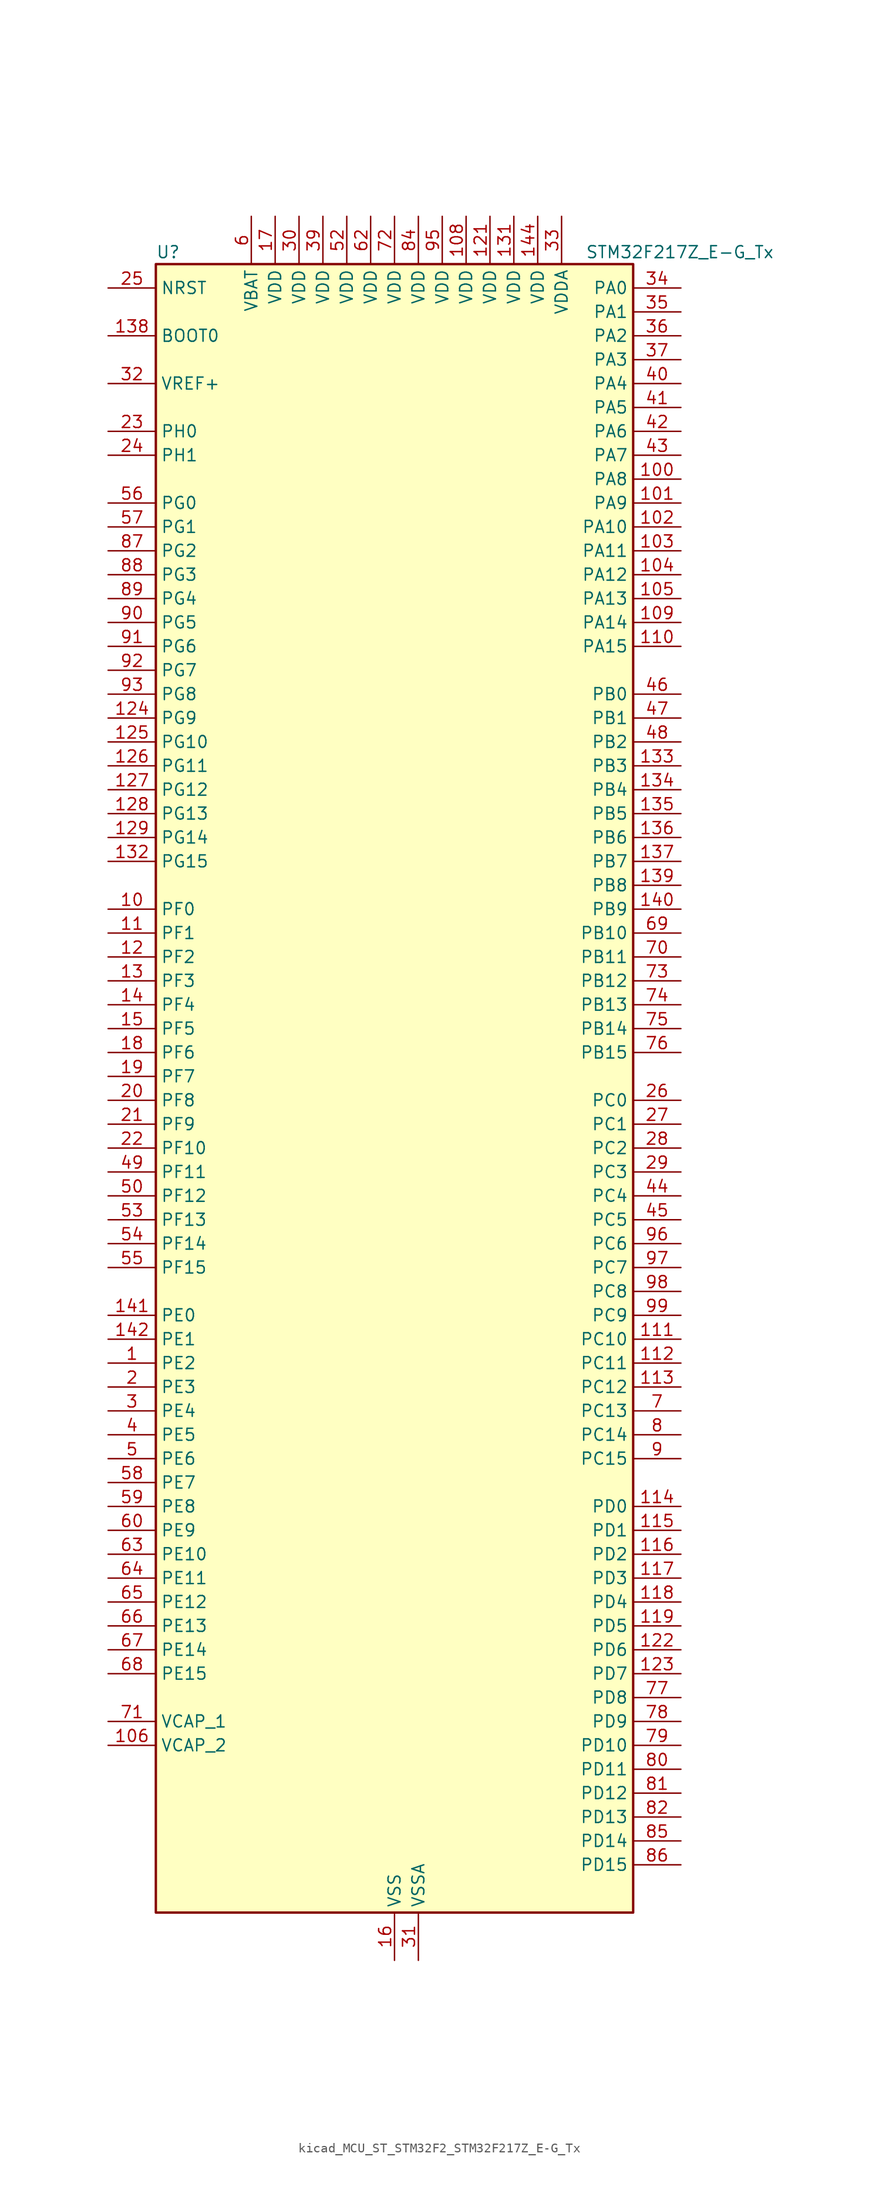
<source format=kicad_sym>
(kicad_symbol_lib
  (version 20220914)
  (generator kicad_symbol_editor)
  (symbol "kicad_MCU_ST_STM32F2_STM32F217Z_E-G_Tx"
    (property "Reference" "U"
      (at -25.4 90.17 0)
      (effects (font (size 1.27 1.27)) (justify left)))
    (property "Value" "STM32F217Z_E-G_Tx"
      (at 20.32 90.17 0)
      (effects (font (size 1.27 1.27)) (justify left)))
    (property "ki_locked" ""
      (at 0 0 0)
      (effects (font (size 1.27 1.27))))
    (symbol "kicad_MCU_ST_STM32F2_STM32F217Z_E-G_Tx_0_1"
      (rectangle (start -25.4 -86.36) (end 25.4 88.9) (stroke (width 0.254) (type default)) (fill (type background))))
    (symbol "kicad_MCU_ST_STM32F2_STM32F217Z_E-G_Tx_1_1"
      (pin bidirectional line (at -30.48 -27.94 0) (length 5.08) (name "PE2" (effects (font (size 1.27 1.27)))) (number "1" (effects (font (size 1.27 1.27)))) (alternate "ETH_TXD3" bidirectional line) (alternate "FSMC_A23" bidirectional line) (alternate "SYS_TRACECLK" bidirectional line))
      (pin bidirectional line (at -30.48 20.32 0) (length 5.08) (name "PF0" (effects (font (size 1.27 1.27)))) (number "10" (effects (font (size 1.27 1.27)))) (alternate "FSMC_A0" bidirectional line) (alternate "I2C2_SDA" bidirectional line))
      (pin bidirectional line (at 30.48 66.04 180) (length 5.08) (name "PA8" (effects (font (size 1.27 1.27)))) (number "100" (effects (font (size 1.27 1.27)))) (alternate "I2C3_SCL" bidirectional line) (alternate "RCC_MCO_1" bidirectional line) (alternate "TIM1_CH1" bidirectional line) (alternate "USART1_CK" bidirectional line) (alternate "USB_OTG_FS_SOF" bidirectional line))
      (pin bidirectional line (at 30.48 63.5 180) (length 5.08) (name "PA9" (effects (font (size 1.27 1.27)))) (number "101" (effects (font (size 1.27 1.27)))) (alternate "DAC_EXTI9" bidirectional line) (alternate "DCMI_D0" bidirectional line) (alternate "I2C3_SMBA" bidirectional line) (alternate "TIM1_CH2" bidirectional line) (alternate "USART1_TX" bidirectional line) (alternate "USB_OTG_FS_VBUS" bidirectional line))
      (pin bidirectional line (at 30.48 60.96 180) (length 5.08) (name "PA10" (effects (font (size 1.27 1.27)))) (number "102" (effects (font (size 1.27 1.27)))) (alternate "DCMI_D1" bidirectional line) (alternate "TIM1_CH3" bidirectional line) (alternate "USART1_RX" bidirectional line) (alternate "USB_OTG_FS_ID" bidirectional line))
      (pin bidirectional line (at 30.48 58.42 180) (length 5.08) (name "PA11" (effects (font (size 1.27 1.27)))) (number "103" (effects (font (size 1.27 1.27)))) (alternate "ADC1_EXTI11" bidirectional line) (alternate "ADC2_EXTI11" bidirectional line) (alternate "ADC3_EXTI11" bidirectional line) (alternate "CAN1_RX" bidirectional line) (alternate "TIM1_CH4" bidirectional line) (alternate "USART1_CTS" bidirectional line) (alternate "USB_OTG_FS_DM" bidirectional line))
      (pin bidirectional line (at 30.48 55.88 180) (length 5.08) (name "PA12" (effects (font (size 1.27 1.27)))) (number "104" (effects (font (size 1.27 1.27)))) (alternate "CAN1_TX" bidirectional line) (alternate "TIM1_ETR" bidirectional line) (alternate "USART1_RTS" bidirectional line) (alternate "USB_OTG_FS_DP" bidirectional line))
      (pin bidirectional line (at 30.48 53.34 180) (length 5.08) (name "PA13" (effects (font (size 1.27 1.27)))) (number "105" (effects (font (size 1.27 1.27)))) (alternate "SYS_JTMS-SWDIO" bidirectional line))
      (pin power_out line (at -30.48 -68.58 0) (length 5.08) (name "VCAP_2" (effects (font (size 1.27 1.27)))) (number "106" (effects (font (size 1.27 1.27)))))
      (pin passive line (at 0 -91.44 90) (length 5.08) hide (name "VSS" (effects (font (size 1.27 1.27)))) (number "107" (effects (font (size 1.27 1.27)))))
      (pin power_in line (at 7.62 93.98 270) (length 5.08) (name "VDD" (effects (font (size 1.27 1.27)))) (number "108" (effects (font (size 1.27 1.27)))))
      (pin bidirectional line (at 30.48 50.8 180) (length 5.08) (name "PA14" (effects (font (size 1.27 1.27)))) (number "109" (effects (font (size 1.27 1.27)))) (alternate "SYS_JTCK-SWCLK" bidirectional line))
      (pin bidirectional line (at -30.48 17.78 0) (length 5.08) (name "PF1" (effects (font (size 1.27 1.27)))) (number "11" (effects (font (size 1.27 1.27)))) (alternate "FSMC_A1" bidirectional line) (alternate "I2C2_SCL" bidirectional line))
      (pin bidirectional line (at 30.48 48.26 180) (length 5.08) (name "PA15" (effects (font (size 1.27 1.27)))) (number "110" (effects (font (size 1.27 1.27)))) (alternate "ADC1_EXTI15" bidirectional line) (alternate "ADC2_EXTI15" bidirectional line) (alternate "ADC3_EXTI15" bidirectional line) (alternate "I2S3_WS" bidirectional line) (alternate "SPI1_NSS" bidirectional line) (alternate "SPI3_NSS" bidirectional line) (alternate "SYS_JTDI" bidirectional line) (alternate "TIM2_CH1" bidirectional line) (alternate "TIM2_ETR" bidirectional line))
      (pin bidirectional line (at 30.48 -25.4 180) (length 5.08) (name "PC10" (effects (font (size 1.27 1.27)))) (number "111" (effects (font (size 1.27 1.27)))) (alternate "DCMI_D8" bidirectional line) (alternate "I2S3_SCK" bidirectional line) (alternate "SDIO_D2" bidirectional line) (alternate "SPI3_SCK" bidirectional line) (alternate "UART4_TX" bidirectional line) (alternate "USART3_TX" bidirectional line))
      (pin bidirectional line (at 30.48 -27.94 180) (length 5.08) (name "PC11" (effects (font (size 1.27 1.27)))) (number "112" (effects (font (size 1.27 1.27)))) (alternate "ADC1_EXTI11" bidirectional line) (alternate "ADC2_EXTI11" bidirectional line) (alternate "ADC3_EXTI11" bidirectional line) (alternate "DCMI_D4" bidirectional line) (alternate "SDIO_D3" bidirectional line) (alternate "SPI3_MISO" bidirectional line) (alternate "UART4_RX" bidirectional line) (alternate "USART3_RX" bidirectional line))
      (pin bidirectional line (at 30.48 -30.48 180) (length 5.08) (name "PC12" (effects (font (size 1.27 1.27)))) (number "113" (effects (font (size 1.27 1.27)))) (alternate "DCMI_D9" bidirectional line) (alternate "I2S3_SD" bidirectional line) (alternate "SDIO_CK" bidirectional line) (alternate "SPI3_MOSI" bidirectional line) (alternate "UART5_TX" bidirectional line) (alternate "USART3_CK" bidirectional line))
      (pin bidirectional line (at 30.48 -43.18 180) (length 5.08) (name "PD0" (effects (font (size 1.27 1.27)))) (number "114" (effects (font (size 1.27 1.27)))) (alternate "CAN1_RX" bidirectional line) (alternate "FSMC_D2" bidirectional line) (alternate "FSMC_DA2" bidirectional line))
      (pin bidirectional line (at 30.48 -45.72 180) (length 5.08) (name "PD1" (effects (font (size 1.27 1.27)))) (number "115" (effects (font (size 1.27 1.27)))) (alternate "CAN1_TX" bidirectional line) (alternate "FSMC_D3" bidirectional line) (alternate "FSMC_DA3" bidirectional line))
      (pin bidirectional line (at 30.48 -48.26 180) (length 5.08) (name "PD2" (effects (font (size 1.27 1.27)))) (number "116" (effects (font (size 1.27 1.27)))) (alternate "DCMI_D11" bidirectional line) (alternate "SDIO_CMD" bidirectional line) (alternate "TIM3_ETR" bidirectional line) (alternate "UART5_RX" bidirectional line))
      (pin bidirectional line (at 30.48 -50.8 180) (length 5.08) (name "PD3" (effects (font (size 1.27 1.27)))) (number "117" (effects (font (size 1.27 1.27)))) (alternate "FSMC_CLK" bidirectional line) (alternate "USART2_CTS" bidirectional line))
      (pin bidirectional line (at 30.48 -53.34 180) (length 5.08) (name "PD4" (effects (font (size 1.27 1.27)))) (number "118" (effects (font (size 1.27 1.27)))) (alternate "FSMC_NOE" bidirectional line) (alternate "USART2_RTS" bidirectional line))
      (pin bidirectional line (at 30.48 -55.88 180) (length 5.08) (name "PD5" (effects (font (size 1.27 1.27)))) (number "119" (effects (font (size 1.27 1.27)))) (alternate "FSMC_NWE" bidirectional line) (alternate "USART2_TX" bidirectional line))
      (pin bidirectional line (at -30.48 15.24 0) (length 5.08) (name "PF2" (effects (font (size 1.27 1.27)))) (number "12" (effects (font (size 1.27 1.27)))) (alternate "FSMC_A2" bidirectional line) (alternate "I2C2_SMBA" bidirectional line))
      (pin passive line (at 0 -91.44 90) (length 5.08) hide (name "VSS" (effects (font (size 1.27 1.27)))) (number "120" (effects (font (size 1.27 1.27)))))
      (pin power_in line (at 10.16 93.98 270) (length 5.08) (name "VDD" (effects (font (size 1.27 1.27)))) (number "121" (effects (font (size 1.27 1.27)))))
      (pin bidirectional line (at 30.48 -58.42 180) (length 5.08) (name "PD6" (effects (font (size 1.27 1.27)))) (number "122" (effects (font (size 1.27 1.27)))) (alternate "FSMC_NWAIT" bidirectional line) (alternate "USART2_RX" bidirectional line))
      (pin bidirectional line (at 30.48 -60.96 180) (length 5.08) (name "PD7" (effects (font (size 1.27 1.27)))) (number "123" (effects (font (size 1.27 1.27)))) (alternate "FSMC_NCE2" bidirectional line) (alternate "FSMC_NE1" bidirectional line) (alternate "USART2_CK" bidirectional line))
      (pin bidirectional line (at -30.48 40.64 0) (length 5.08) (name "PG9" (effects (font (size 1.27 1.27)))) (number "124" (effects (font (size 1.27 1.27)))) (alternate "DAC_EXTI9" bidirectional line) (alternate "FSMC_NCE3" bidirectional line) (alternate "FSMC_NE2" bidirectional line) (alternate "USART6_RX" bidirectional line))
      (pin bidirectional line (at -30.48 38.1 0) (length 5.08) (name "PG10" (effects (font (size 1.27 1.27)))) (number "125" (effects (font (size 1.27 1.27)))) (alternate "FSMC_NCE4_1" bidirectional line) (alternate "FSMC_NE3" bidirectional line))
      (pin bidirectional line (at -30.48 35.56 0) (length 5.08) (name "PG11" (effects (font (size 1.27 1.27)))) (number "126" (effects (font (size 1.27 1.27)))) (alternate "ADC1_EXTI11" bidirectional line) (alternate "ADC2_EXTI11" bidirectional line) (alternate "ADC3_EXTI11" bidirectional line) (alternate "ETH_TX_EN" bidirectional line) (alternate "FSMC_NCE4_2" bidirectional line))
      (pin bidirectional line (at -30.48 33.02 0) (length 5.08) (name "PG12" (effects (font (size 1.27 1.27)))) (number "127" (effects (font (size 1.27 1.27)))) (alternate "FSMC_NE4" bidirectional line) (alternate "USART6_RTS" bidirectional line))
      (pin bidirectional line (at -30.48 30.48 0) (length 5.08) (name "PG13" (effects (font (size 1.27 1.27)))) (number "128" (effects (font (size 1.27 1.27)))) (alternate "ETH_TXD0" bidirectional line) (alternate "FSMC_A24" bidirectional line) (alternate "USART6_CTS" bidirectional line))
      (pin bidirectional line (at -30.48 27.94 0) (length 5.08) (name "PG14" (effects (font (size 1.27 1.27)))) (number "129" (effects (font (size 1.27 1.27)))) (alternate "ETH_TXD1" bidirectional line) (alternate "FSMC_A25" bidirectional line) (alternate "USART6_TX" bidirectional line))
      (pin bidirectional line (at -30.48 12.7 0) (length 5.08) (name "PF3" (effects (font (size 1.27 1.27)))) (number "13" (effects (font (size 1.27 1.27)))) (alternate "ADC3_IN9" bidirectional line) (alternate "FSMC_A3" bidirectional line))
      (pin passive line (at 0 -91.44 90) (length 5.08) hide (name "VSS" (effects (font (size 1.27 1.27)))) (number "130" (effects (font (size 1.27 1.27)))))
      (pin power_in line (at 12.7 93.98 270) (length 5.08) (name "VDD" (effects (font (size 1.27 1.27)))) (number "131" (effects (font (size 1.27 1.27)))))
      (pin bidirectional line (at -30.48 25.4 0) (length 5.08) (name "PG15" (effects (font (size 1.27 1.27)))) (number "132" (effects (font (size 1.27 1.27)))) (alternate "ADC1_EXTI15" bidirectional line) (alternate "ADC2_EXTI15" bidirectional line) (alternate "ADC3_EXTI15" bidirectional line) (alternate "DCMI_D13" bidirectional line) (alternate "USART6_CTS" bidirectional line))
      (pin bidirectional line (at 30.48 35.56 180) (length 5.08) (name "PB3" (effects (font (size 1.27 1.27)))) (number "133" (effects (font (size 1.27 1.27)))) (alternate "I2S3_SCK" bidirectional line) (alternate "SPI1_SCK" bidirectional line) (alternate "SPI3_SCK" bidirectional line) (alternate "SYS_JTDO-SWO" bidirectional line) (alternate "TIM2_CH2" bidirectional line))
      (pin bidirectional line (at 30.48 33.02 180) (length 5.08) (name "PB4" (effects (font (size 1.27 1.27)))) (number "134" (effects (font (size 1.27 1.27)))) (alternate "SPI1_MISO" bidirectional line) (alternate "SPI3_MISO" bidirectional line) (alternate "SYS_JTRST" bidirectional line) (alternate "TIM3_CH1" bidirectional line))
      (pin bidirectional line (at 30.48 30.48 180) (length 5.08) (name "PB5" (effects (font (size 1.27 1.27)))) (number "135" (effects (font (size 1.27 1.27)))) (alternate "CAN2_RX" bidirectional line) (alternate "DCMI_D10" bidirectional line) (alternate "ETH_PPS_OUT" bidirectional line) (alternate "I2C1_SMBA" bidirectional line) (alternate "I2S3_SD" bidirectional line) (alternate "SPI1_MOSI" bidirectional line) (alternate "SPI3_MOSI" bidirectional line) (alternate "TIM3_CH2" bidirectional line) (alternate "USB_OTG_HS_ULPI_D7" bidirectional line))
      (pin bidirectional line (at 30.48 27.94 180) (length 5.08) (name "PB6" (effects (font (size 1.27 1.27)))) (number "136" (effects (font (size 1.27 1.27)))) (alternate "CAN2_TX" bidirectional line) (alternate "DCMI_D5" bidirectional line) (alternate "I2C1_SCL" bidirectional line) (alternate "TIM4_CH1" bidirectional line) (alternate "USART1_TX" bidirectional line))
      (pin bidirectional line (at 30.48 25.4 180) (length 5.08) (name "PB7" (effects (font (size 1.27 1.27)))) (number "137" (effects (font (size 1.27 1.27)))) (alternate "DCMI_VSYNC" bidirectional line) (alternate "FSMC_NL" bidirectional line) (alternate "I2C1_SDA" bidirectional line) (alternate "TIM4_CH2" bidirectional line) (alternate "USART1_RX" bidirectional line))
      (pin input line (at -30.48 81.28 0) (length 5.08) (name "BOOT0" (effects (font (size 1.27 1.27)))) (number "138" (effects (font (size 1.27 1.27)))))
      (pin bidirectional line (at 30.48 22.86 180) (length 5.08) (name "PB8" (effects (font (size 1.27 1.27)))) (number "139" (effects (font (size 1.27 1.27)))) (alternate "CAN1_RX" bidirectional line) (alternate "DCMI_D6" bidirectional line) (alternate "ETH_TXD3" bidirectional line) (alternate "I2C1_SCL" bidirectional line) (alternate "SDIO_D4" bidirectional line) (alternate "TIM10_CH1" bidirectional line) (alternate "TIM4_CH3" bidirectional line))
      (pin bidirectional line (at -30.48 10.16 0) (length 5.08) (name "PF4" (effects (font (size 1.27 1.27)))) (number "14" (effects (font (size 1.27 1.27)))) (alternate "ADC3_IN14" bidirectional line) (alternate "FSMC_A4" bidirectional line))
      (pin bidirectional line (at 30.48 20.32 180) (length 5.08) (name "PB9" (effects (font (size 1.27 1.27)))) (number "140" (effects (font (size 1.27 1.27)))) (alternate "CAN1_TX" bidirectional line) (alternate "DAC_EXTI9" bidirectional line) (alternate "DCMI_D7" bidirectional line) (alternate "I2C1_SDA" bidirectional line) (alternate "I2S2_WS" bidirectional line) (alternate "SDIO_D5" bidirectional line) (alternate "SPI2_NSS" bidirectional line) (alternate "TIM11_CH1" bidirectional line) (alternate "TIM4_CH4" bidirectional line))
      (pin bidirectional line (at -30.48 -22.86 0) (length 5.08) (name "PE0" (effects (font (size 1.27 1.27)))) (number "141" (effects (font (size 1.27 1.27)))) (alternate "DCMI_D2" bidirectional line) (alternate "FSMC_NBL0" bidirectional line) (alternate "TIM4_ETR" bidirectional line))
      (pin bidirectional line (at -30.48 -25.4 0) (length 5.08) (name "PE1" (effects (font (size 1.27 1.27)))) (number "142" (effects (font (size 1.27 1.27)))) (alternate "DCMI_D3" bidirectional line) (alternate "FSMC_NBL1" bidirectional line))
      (pin no_connect line (at -25.4 -86.36 0) (length 5.08) hide (name "RFU" (effects (font (size 1.27 1.27)))) (number "143" (effects (font (size 1.27 1.27)))))
      (pin power_in line (at 15.24 93.98 270) (length 5.08) (name "VDD" (effects (font (size 1.27 1.27)))) (number "144" (effects (font (size 1.27 1.27)))))
      (pin bidirectional line (at -30.48 7.62 0) (length 5.08) (name "PF5" (effects (font (size 1.27 1.27)))) (number "15" (effects (font (size 1.27 1.27)))) (alternate "ADC3_IN15" bidirectional line) (alternate "FSMC_A5" bidirectional line))
      (pin power_in line (at 0 -91.44 90) (length 5.08) (name "VSS" (effects (font (size 1.27 1.27)))) (number "16" (effects (font (size 1.27 1.27)))))
      (pin power_in line (at -12.7 93.98 270) (length 5.08) (name "VDD" (effects (font (size 1.27 1.27)))) (number "17" (effects (font (size 1.27 1.27)))))
      (pin bidirectional line (at -30.48 5.08 0) (length 5.08) (name "PF6" (effects (font (size 1.27 1.27)))) (number "18" (effects (font (size 1.27 1.27)))) (alternate "ADC3_IN4" bidirectional line) (alternate "FSMC_NIORD" bidirectional line) (alternate "TIM10_CH1" bidirectional line))
      (pin bidirectional line (at -30.48 2.54 0) (length 5.08) (name "PF7" (effects (font (size 1.27 1.27)))) (number "19" (effects (font (size 1.27 1.27)))) (alternate "ADC3_IN5" bidirectional line) (alternate "FSMC_NREG" bidirectional line) (alternate "TIM11_CH1" bidirectional line))
      (pin bidirectional line (at -30.48 -30.48 0) (length 5.08) (name "PE3" (effects (font (size 1.27 1.27)))) (number "2" (effects (font (size 1.27 1.27)))) (alternate "FSMC_A19" bidirectional line) (alternate "SYS_TRACED0" bidirectional line))
      (pin bidirectional line (at -30.48 0 0) (length 5.08) (name "PF8" (effects (font (size 1.27 1.27)))) (number "20" (effects (font (size 1.27 1.27)))) (alternate "ADC3_IN6" bidirectional line) (alternate "FSMC_NIOWR" bidirectional line) (alternate "TIM13_CH1" bidirectional line))
      (pin bidirectional line (at -30.48 -2.54 0) (length 5.08) (name "PF9" (effects (font (size 1.27 1.27)))) (number "21" (effects (font (size 1.27 1.27)))) (alternate "ADC3_IN7" bidirectional line) (alternate "DAC_EXTI9" bidirectional line) (alternate "FSMC_CD" bidirectional line) (alternate "TIM14_CH1" bidirectional line))
      (pin bidirectional line (at -30.48 -5.08 0) (length 5.08) (name "PF10" (effects (font (size 1.27 1.27)))) (number "22" (effects (font (size 1.27 1.27)))) (alternate "ADC3_IN8" bidirectional line) (alternate "FSMC_INTR" bidirectional line))
      (pin bidirectional line (at -30.48 71.12 0) (length 5.08) (name "PH0" (effects (font (size 1.27 1.27)))) (number "23" (effects (font (size 1.27 1.27)))) (alternate "RCC_OSC_IN" bidirectional line))
      (pin bidirectional line (at -30.48 68.58 0) (length 5.08) (name "PH1" (effects (font (size 1.27 1.27)))) (number "24" (effects (font (size 1.27 1.27)))) (alternate "RCC_OSC_OUT" bidirectional line))
      (pin input line (at -30.48 86.36 0) (length 5.08) (name "NRST" (effects (font (size 1.27 1.27)))) (number "25" (effects (font (size 1.27 1.27)))))
      (pin bidirectional line (at 30.48 0 180) (length 5.08) (name "PC0" (effects (font (size 1.27 1.27)))) (number "26" (effects (font (size 1.27 1.27)))) (alternate "ADC1_IN10" bidirectional line) (alternate "ADC2_IN10" bidirectional line) (alternate "ADC3_IN10" bidirectional line) (alternate "USB_OTG_HS_ULPI_STP" bidirectional line))
      (pin bidirectional line (at 30.48 -2.54 180) (length 5.08) (name "PC1" (effects (font (size 1.27 1.27)))) (number "27" (effects (font (size 1.27 1.27)))) (alternate "ADC1_IN11" bidirectional line) (alternate "ADC2_IN11" bidirectional line) (alternate "ADC3_IN11" bidirectional line) (alternate "ETH_MDC" bidirectional line))
      (pin bidirectional line (at 30.48 -5.08 180) (length 5.08) (name "PC2" (effects (font (size 1.27 1.27)))) (number "28" (effects (font (size 1.27 1.27)))) (alternate "ADC1_IN12" bidirectional line) (alternate "ADC2_IN12" bidirectional line) (alternate "ADC3_IN12" bidirectional line) (alternate "ETH_TXD2" bidirectional line) (alternate "SPI2_MISO" bidirectional line) (alternate "USB_OTG_HS_ULPI_DIR" bidirectional line))
      (pin bidirectional line (at 30.48 -7.62 180) (length 5.08) (name "PC3" (effects (font (size 1.27 1.27)))) (number "29" (effects (font (size 1.27 1.27)))) (alternate "ADC1_IN13" bidirectional line) (alternate "ADC2_IN13" bidirectional line) (alternate "ADC3_IN13" bidirectional line) (alternate "ETH_TX_CLK" bidirectional line) (alternate "I2S2_SD" bidirectional line) (alternate "SPI2_MOSI" bidirectional line) (alternate "USB_OTG_HS_ULPI_NXT" bidirectional line))
      (pin bidirectional line (at -30.48 -33.02 0) (length 5.08) (name "PE4" (effects (font (size 1.27 1.27)))) (number "3" (effects (font (size 1.27 1.27)))) (alternate "DCMI_D4" bidirectional line) (alternate "FSMC_A20" bidirectional line) (alternate "SYS_TRACED1" bidirectional line))
      (pin power_in line (at -10.16 93.98 270) (length 5.08) (name "VDD" (effects (font (size 1.27 1.27)))) (number "30" (effects (font (size 1.27 1.27)))))
      (pin power_in line (at 2.54 -91.44 90) (length 5.08) (name "VSSA" (effects (font (size 1.27 1.27)))) (number "31" (effects (font (size 1.27 1.27)))))
      (pin input line (at -30.48 76.2 0) (length 5.08) (name "VREF+" (effects (font (size 1.27 1.27)))) (number "32" (effects (font (size 1.27 1.27)))))
      (pin power_in line (at 17.78 93.98 270) (length 5.08) (name "VDDA" (effects (font (size 1.27 1.27)))) (number "33" (effects (font (size 1.27 1.27)))))
      (pin bidirectional line (at 30.48 86.36 180) (length 5.08) (name "PA0" (effects (font (size 1.27 1.27)))) (number "34" (effects (font (size 1.27 1.27)))) (alternate "ADC1_IN0" bidirectional line) (alternate "ADC2_IN0" bidirectional line) (alternate "ADC3_IN0" bidirectional line) (alternate "ETH_CRS" bidirectional line) (alternate "SYS_WKUP" bidirectional line) (alternate "TIM2_CH1" bidirectional line) (alternate "TIM2_ETR" bidirectional line) (alternate "TIM5_CH1" bidirectional line) (alternate "TIM8_ETR" bidirectional line) (alternate "UART4_TX" bidirectional line) (alternate "USART2_CTS" bidirectional line))
      (pin bidirectional line (at 30.48 83.82 180) (length 5.08) (name "PA1" (effects (font (size 1.27 1.27)))) (number "35" (effects (font (size 1.27 1.27)))) (alternate "ADC1_IN1" bidirectional line) (alternate "ADC2_IN1" bidirectional line) (alternate "ADC3_IN1" bidirectional line) (alternate "ETH_REF_CLK" bidirectional line) (alternate "ETH_RX_CLK" bidirectional line) (alternate "TIM2_CH2" bidirectional line) (alternate "TIM5_CH2" bidirectional line) (alternate "UART4_RX" bidirectional line) (alternate "USART2_RTS" bidirectional line))
      (pin bidirectional line (at 30.48 81.28 180) (length 5.08) (name "PA2" (effects (font (size 1.27 1.27)))) (number "36" (effects (font (size 1.27 1.27)))) (alternate "ADC1_IN2" bidirectional line) (alternate "ADC2_IN2" bidirectional line) (alternate "ADC3_IN2" bidirectional line) (alternate "ETH_MDIO" bidirectional line) (alternate "TIM2_CH3" bidirectional line) (alternate "TIM5_CH3" bidirectional line) (alternate "TIM9_CH1" bidirectional line) (alternate "USART2_TX" bidirectional line))
      (pin bidirectional line (at 30.48 78.74 180) (length 5.08) (name "PA3" (effects (font (size 1.27 1.27)))) (number "37" (effects (font (size 1.27 1.27)))) (alternate "ADC1_IN3" bidirectional line) (alternate "ADC2_IN3" bidirectional line) (alternate "ADC3_IN3" bidirectional line) (alternate "ETH_COL" bidirectional line) (alternate "TIM2_CH4" bidirectional line) (alternate "TIM5_CH4" bidirectional line) (alternate "TIM9_CH2" bidirectional line) (alternate "USART2_RX" bidirectional line) (alternate "USB_OTG_HS_ULPI_D0" bidirectional line))
      (pin passive line (at 0 -91.44 90) (length 5.08) hide (name "VSS" (effects (font (size 1.27 1.27)))) (number "38" (effects (font (size 1.27 1.27)))))
      (pin power_in line (at -7.62 93.98 270) (length 5.08) (name "VDD" (effects (font (size 1.27 1.27)))) (number "39" (effects (font (size 1.27 1.27)))))
      (pin bidirectional line (at -30.48 -35.56 0) (length 5.08) (name "PE5" (effects (font (size 1.27 1.27)))) (number "4" (effects (font (size 1.27 1.27)))) (alternate "DCMI_D6" bidirectional line) (alternate "FSMC_A21" bidirectional line) (alternate "SYS_TRACED2" bidirectional line) (alternate "TIM9_CH1" bidirectional line))
      (pin bidirectional line (at 30.48 76.2 180) (length 5.08) (name "PA4" (effects (font (size 1.27 1.27)))) (number "40" (effects (font (size 1.27 1.27)))) (alternate "ADC1_IN4" bidirectional line) (alternate "ADC2_IN4" bidirectional line) (alternate "DAC_OUT1" bidirectional line) (alternate "DCMI_HSYNC" bidirectional line) (alternate "I2S3_WS" bidirectional line) (alternate "SPI1_NSS" bidirectional line) (alternate "SPI3_NSS" bidirectional line) (alternate "USART2_CK" bidirectional line) (alternate "USB_OTG_HS_SOF" bidirectional line))
      (pin bidirectional line (at 30.48 73.66 180) (length 5.08) (name "PA5" (effects (font (size 1.27 1.27)))) (number "41" (effects (font (size 1.27 1.27)))) (alternate "ADC1_IN5" bidirectional line) (alternate "ADC2_IN5" bidirectional line) (alternate "DAC_OUT2" bidirectional line) (alternate "SPI1_SCK" bidirectional line) (alternate "TIM2_CH1" bidirectional line) (alternate "TIM2_ETR" bidirectional line) (alternate "TIM8_CH1N" bidirectional line) (alternate "USB_OTG_HS_ULPI_CK" bidirectional line))
      (pin bidirectional line (at 30.48 71.12 180) (length 5.08) (name "PA6" (effects (font (size 1.27 1.27)))) (number "42" (effects (font (size 1.27 1.27)))) (alternate "ADC1_IN6" bidirectional line) (alternate "ADC2_IN6" bidirectional line) (alternate "DCMI_PIXCLK" bidirectional line) (alternate "SPI1_MISO" bidirectional line) (alternate "TIM13_CH1" bidirectional line) (alternate "TIM1_BKIN" bidirectional line) (alternate "TIM3_CH1" bidirectional line) (alternate "TIM8_BKIN" bidirectional line))
      (pin bidirectional line (at 30.48 68.58 180) (length 5.08) (name "PA7" (effects (font (size 1.27 1.27)))) (number "43" (effects (font (size 1.27 1.27)))) (alternate "ADC1_IN7" bidirectional line) (alternate "ADC2_IN7" bidirectional line) (alternate "ETH_CRS_DV" bidirectional line) (alternate "ETH_RX_DV" bidirectional line) (alternate "SPI1_MOSI" bidirectional line) (alternate "TIM14_CH1" bidirectional line) (alternate "TIM1_CH1N" bidirectional line) (alternate "TIM3_CH2" bidirectional line) (alternate "TIM8_CH1N" bidirectional line))
      (pin bidirectional line (at 30.48 -10.16 180) (length 5.08) (name "PC4" (effects (font (size 1.27 1.27)))) (number "44" (effects (font (size 1.27 1.27)))) (alternate "ADC1_IN14" bidirectional line) (alternate "ADC2_IN14" bidirectional line) (alternate "ETH_RXD0" bidirectional line))
      (pin bidirectional line (at 30.48 -12.7 180) (length 5.08) (name "PC5" (effects (font (size 1.27 1.27)))) (number "45" (effects (font (size 1.27 1.27)))) (alternate "ADC1_IN15" bidirectional line) (alternate "ADC2_IN15" bidirectional line) (alternate "ETH_RXD1" bidirectional line))
      (pin bidirectional line (at 30.48 43.18 180) (length 5.08) (name "PB0" (effects (font (size 1.27 1.27)))) (number "46" (effects (font (size 1.27 1.27)))) (alternate "ADC1_IN8" bidirectional line) (alternate "ADC2_IN8" bidirectional line) (alternate "ETH_RXD2" bidirectional line) (alternate "TIM1_CH2N" bidirectional line) (alternate "TIM3_CH3" bidirectional line) (alternate "TIM8_CH2N" bidirectional line) (alternate "USB_OTG_HS_ULPI_D1" bidirectional line))
      (pin bidirectional line (at 30.48 40.64 180) (length 5.08) (name "PB1" (effects (font (size 1.27 1.27)))) (number "47" (effects (font (size 1.27 1.27)))) (alternate "ADC1_IN9" bidirectional line) (alternate "ADC2_IN9" bidirectional line) (alternate "ETH_RXD3" bidirectional line) (alternate "TIM1_CH3N" bidirectional line) (alternate "TIM3_CH4" bidirectional line) (alternate "TIM8_CH3N" bidirectional line) (alternate "USB_OTG_HS_ULPI_D2" bidirectional line))
      (pin bidirectional line (at 30.48 38.1 180) (length 5.08) (name "PB2" (effects (font (size 1.27 1.27)))) (number "48" (effects (font (size 1.27 1.27)))))
      (pin bidirectional line (at -30.48 -7.62 0) (length 5.08) (name "PF11" (effects (font (size 1.27 1.27)))) (number "49" (effects (font (size 1.27 1.27)))) (alternate "ADC1_EXTI11" bidirectional line) (alternate "ADC2_EXTI11" bidirectional line) (alternate "ADC3_EXTI11" bidirectional line) (alternate "DCMI_D12" bidirectional line))
      (pin bidirectional line (at -30.48 -38.1 0) (length 5.08) (name "PE6" (effects (font (size 1.27 1.27)))) (number "5" (effects (font (size 1.27 1.27)))) (alternate "DCMI_D7" bidirectional line) (alternate "FSMC_A22" bidirectional line) (alternate "SYS_TRACED3" bidirectional line) (alternate "TIM9_CH2" bidirectional line))
      (pin bidirectional line (at -30.48 -10.16 0) (length 5.08) (name "PF12" (effects (font (size 1.27 1.27)))) (number "50" (effects (font (size 1.27 1.27)))) (alternate "FSMC_A6" bidirectional line))
      (pin passive line (at 0 -91.44 90) (length 5.08) hide (name "VSS" (effects (font (size 1.27 1.27)))) (number "51" (effects (font (size 1.27 1.27)))))
      (pin power_in line (at -5.08 93.98 270) (length 5.08) (name "VDD" (effects (font (size 1.27 1.27)))) (number "52" (effects (font (size 1.27 1.27)))))
      (pin bidirectional line (at -30.48 -12.7 0) (length 5.08) (name "PF13" (effects (font (size 1.27 1.27)))) (number "53" (effects (font (size 1.27 1.27)))) (alternate "FSMC_A7" bidirectional line))
      (pin bidirectional line (at -30.48 -15.24 0) (length 5.08) (name "PF14" (effects (font (size 1.27 1.27)))) (number "54" (effects (font (size 1.27 1.27)))) (alternate "FSMC_A8" bidirectional line))
      (pin bidirectional line (at -30.48 -17.78 0) (length 5.08) (name "PF15" (effects (font (size 1.27 1.27)))) (number "55" (effects (font (size 1.27 1.27)))) (alternate "ADC1_EXTI15" bidirectional line) (alternate "ADC2_EXTI15" bidirectional line) (alternate "ADC3_EXTI15" bidirectional line) (alternate "FSMC_A9" bidirectional line))
      (pin bidirectional line (at -30.48 63.5 0) (length 5.08) (name "PG0" (effects (font (size 1.27 1.27)))) (number "56" (effects (font (size 1.27 1.27)))) (alternate "FSMC_A10" bidirectional line))
      (pin bidirectional line (at -30.48 60.96 0) (length 5.08) (name "PG1" (effects (font (size 1.27 1.27)))) (number "57" (effects (font (size 1.27 1.27)))) (alternate "FSMC_A11" bidirectional line))
      (pin bidirectional line (at -30.48 -40.64 0) (length 5.08) (name "PE7" (effects (font (size 1.27 1.27)))) (number "58" (effects (font (size 1.27 1.27)))) (alternate "FSMC_D4" bidirectional line) (alternate "FSMC_DA4" bidirectional line) (alternate "TIM1_ETR" bidirectional line))
      (pin bidirectional line (at -30.48 -43.18 0) (length 5.08) (name "PE8" (effects (font (size 1.27 1.27)))) (number "59" (effects (font (size 1.27 1.27)))) (alternate "FSMC_D5" bidirectional line) (alternate "FSMC_DA5" bidirectional line) (alternate "TIM1_CH1N" bidirectional line))
      (pin power_in line (at -15.24 93.98 270) (length 5.08) (name "VBAT" (effects (font (size 1.27 1.27)))) (number "6" (effects (font (size 1.27 1.27)))))
      (pin bidirectional line (at -30.48 -45.72 0) (length 5.08) (name "PE9" (effects (font (size 1.27 1.27)))) (number "60" (effects (font (size 1.27 1.27)))) (alternate "DAC_EXTI9" bidirectional line) (alternate "FSMC_D6" bidirectional line) (alternate "FSMC_DA6" bidirectional line) (alternate "TIM1_CH1" bidirectional line))
      (pin passive line (at 0 -91.44 90) (length 5.08) hide (name "VSS" (effects (font (size 1.27 1.27)))) (number "61" (effects (font (size 1.27 1.27)))))
      (pin power_in line (at -2.54 93.98 270) (length 5.08) (name "VDD" (effects (font (size 1.27 1.27)))) (number "62" (effects (font (size 1.27 1.27)))))
      (pin bidirectional line (at -30.48 -48.26 0) (length 5.08) (name "PE10" (effects (font (size 1.27 1.27)))) (number "63" (effects (font (size 1.27 1.27)))) (alternate "FSMC_D7" bidirectional line) (alternate "FSMC_DA7" bidirectional line) (alternate "TIM1_CH2N" bidirectional line))
      (pin bidirectional line (at -30.48 -50.8 0) (length 5.08) (name "PE11" (effects (font (size 1.27 1.27)))) (number "64" (effects (font (size 1.27 1.27)))) (alternate "ADC1_EXTI11" bidirectional line) (alternate "ADC2_EXTI11" bidirectional line) (alternate "ADC3_EXTI11" bidirectional line) (alternate "FSMC_D8" bidirectional line) (alternate "FSMC_DA8" bidirectional line) (alternate "TIM1_CH2" bidirectional line))
      (pin bidirectional line (at -30.48 -53.34 0) (length 5.08) (name "PE12" (effects (font (size 1.27 1.27)))) (number "65" (effects (font (size 1.27 1.27)))) (alternate "FSMC_D9" bidirectional line) (alternate "FSMC_DA9" bidirectional line) (alternate "TIM1_CH3N" bidirectional line))
      (pin bidirectional line (at -30.48 -55.88 0) (length 5.08) (name "PE13" (effects (font (size 1.27 1.27)))) (number "66" (effects (font (size 1.27 1.27)))) (alternate "FSMC_D10" bidirectional line) (alternate "FSMC_DA10" bidirectional line) (alternate "TIM1_CH3" bidirectional line))
      (pin bidirectional line (at -30.48 -58.42 0) (length 5.08) (name "PE14" (effects (font (size 1.27 1.27)))) (number "67" (effects (font (size 1.27 1.27)))) (alternate "FSMC_D11" bidirectional line) (alternate "FSMC_DA11" bidirectional line) (alternate "TIM1_CH4" bidirectional line))
      (pin bidirectional line (at -30.48 -60.96 0) (length 5.08) (name "PE15" (effects (font (size 1.27 1.27)))) (number "68" (effects (font (size 1.27 1.27)))) (alternate "ADC1_EXTI15" bidirectional line) (alternate "ADC2_EXTI15" bidirectional line) (alternate "ADC3_EXTI15" bidirectional line) (alternate "FSMC_D12" bidirectional line) (alternate "FSMC_DA12" bidirectional line) (alternate "TIM1_BKIN" bidirectional line))
      (pin bidirectional line (at 30.48 17.78 180) (length 5.08) (name "PB10" (effects (font (size 1.27 1.27)))) (number "69" (effects (font (size 1.27 1.27)))) (alternate "ETH_RX_ER" bidirectional line) (alternate "I2C2_SCL" bidirectional line) (alternate "I2S2_SCK" bidirectional line) (alternate "SPI2_SCK" bidirectional line) (alternate "TIM2_CH3" bidirectional line) (alternate "USART3_TX" bidirectional line) (alternate "USB_OTG_HS_ULPI_D3" bidirectional line))
      (pin bidirectional line (at 30.48 -33.02 180) (length 5.08) (name "PC13" (effects (font (size 1.27 1.27)))) (number "7" (effects (font (size 1.27 1.27)))) (alternate "RTC_AF1" bidirectional line))
      (pin bidirectional line (at 30.48 15.24 180) (length 5.08) (name "PB11" (effects (font (size 1.27 1.27)))) (number "70" (effects (font (size 1.27 1.27)))) (alternate "ADC1_EXTI11" bidirectional line) (alternate "ADC2_EXTI11" bidirectional line) (alternate "ADC3_EXTI11" bidirectional line) (alternate "ETH_TX_EN" bidirectional line) (alternate "I2C2_SDA" bidirectional line) (alternate "TIM2_CH4" bidirectional line) (alternate "USART3_RX" bidirectional line) (alternate "USB_OTG_HS_ULPI_D4" bidirectional line))
      (pin power_out line (at -30.48 -66.04 0) (length 5.08) (name "VCAP_1" (effects (font (size 1.27 1.27)))) (number "71" (effects (font (size 1.27 1.27)))))
      (pin power_in line (at 0 93.98 270) (length 5.08) (name "VDD" (effects (font (size 1.27 1.27)))) (number "72" (effects (font (size 1.27 1.27)))))
      (pin bidirectional line (at 30.48 12.7 180) (length 5.08) (name "PB12" (effects (font (size 1.27 1.27)))) (number "73" (effects (font (size 1.27 1.27)))) (alternate "CAN2_RX" bidirectional line) (alternate "ETH_TXD0" bidirectional line) (alternate "I2C2_SMBA" bidirectional line) (alternate "I2S2_WS" bidirectional line) (alternate "SPI2_NSS" bidirectional line) (alternate "TIM1_BKIN" bidirectional line) (alternate "USART3_CK" bidirectional line) (alternate "USB_OTG_HS_ID" bidirectional line) (alternate "USB_OTG_HS_ULPI_D5" bidirectional line))
      (pin bidirectional line (at 30.48 10.16 180) (length 5.08) (name "PB13" (effects (font (size 1.27 1.27)))) (number "74" (effects (font (size 1.27 1.27)))) (alternate "CAN2_TX" bidirectional line) (alternate "ETH_TXD1" bidirectional line) (alternate "I2S2_SCK" bidirectional line) (alternate "SPI2_SCK" bidirectional line) (alternate "TIM1_CH1N" bidirectional line) (alternate "USART3_CTS" bidirectional line) (alternate "USB_OTG_HS_ULPI_D6" bidirectional line) (alternate "USB_OTG_HS_VBUS" bidirectional line))
      (pin bidirectional line (at 30.48 7.62 180) (length 5.08) (name "PB14" (effects (font (size 1.27 1.27)))) (number "75" (effects (font (size 1.27 1.27)))) (alternate "SPI2_MISO" bidirectional line) (alternate "TIM12_CH1" bidirectional line) (alternate "TIM1_CH2N" bidirectional line) (alternate "TIM8_CH2N" bidirectional line) (alternate "USART3_RTS" bidirectional line) (alternate "USB_OTG_HS_DM" bidirectional line))
      (pin bidirectional line (at 30.48 5.08 180) (length 5.08) (name "PB15" (effects (font (size 1.27 1.27)))) (number "76" (effects (font (size 1.27 1.27)))) (alternate "ADC1_EXTI15" bidirectional line) (alternate "ADC2_EXTI15" bidirectional line) (alternate "ADC3_EXTI15" bidirectional line) (alternate "I2S2_SD" bidirectional line) (alternate "RTC_REFIN" bidirectional line) (alternate "SPI2_MOSI" bidirectional line) (alternate "TIM12_CH2" bidirectional line) (alternate "TIM1_CH3N" bidirectional line) (alternate "TIM8_CH3N" bidirectional line) (alternate "USB_OTG_HS_DP" bidirectional line))
      (pin bidirectional line (at 30.48 -63.5 180) (length 5.08) (name "PD8" (effects (font (size 1.27 1.27)))) (number "77" (effects (font (size 1.27 1.27)))) (alternate "FSMC_D13" bidirectional line) (alternate "FSMC_DA13" bidirectional line) (alternate "USART3_TX" bidirectional line))
      (pin bidirectional line (at 30.48 -66.04 180) (length 5.08) (name "PD9" (effects (font (size 1.27 1.27)))) (number "78" (effects (font (size 1.27 1.27)))) (alternate "DAC_EXTI9" bidirectional line) (alternate "FSMC_D14" bidirectional line) (alternate "FSMC_DA14" bidirectional line) (alternate "USART3_RX" bidirectional line))
      (pin bidirectional line (at 30.48 -68.58 180) (length 5.08) (name "PD10" (effects (font (size 1.27 1.27)))) (number "79" (effects (font (size 1.27 1.27)))) (alternate "FSMC_D15" bidirectional line) (alternate "FSMC_DA15" bidirectional line) (alternate "USART3_CK" bidirectional line))
      (pin bidirectional line (at 30.48 -35.56 180) (length 5.08) (name "PC14" (effects (font (size 1.27 1.27)))) (number "8" (effects (font (size 1.27 1.27)))) (alternate "RCC_OSC32_IN" bidirectional line))
      (pin bidirectional line (at 30.48 -71.12 180) (length 5.08) (name "PD11" (effects (font (size 1.27 1.27)))) (number "80" (effects (font (size 1.27 1.27)))) (alternate "ADC1_EXTI11" bidirectional line) (alternate "ADC2_EXTI11" bidirectional line) (alternate "ADC3_EXTI11" bidirectional line) (alternate "FSMC_A16" bidirectional line) (alternate "FSMC_CLE" bidirectional line) (alternate "USART3_CTS" bidirectional line))
      (pin bidirectional line (at 30.48 -73.66 180) (length 5.08) (name "PD12" (effects (font (size 1.27 1.27)))) (number "81" (effects (font (size 1.27 1.27)))) (alternate "FSMC_A17" bidirectional line) (alternate "FSMC_ALE" bidirectional line) (alternate "TIM4_CH1" bidirectional line) (alternate "USART3_RTS" bidirectional line))
      (pin bidirectional line (at 30.48 -76.2 180) (length 5.08) (name "PD13" (effects (font (size 1.27 1.27)))) (number "82" (effects (font (size 1.27 1.27)))) (alternate "FSMC_A18" bidirectional line) (alternate "TIM4_CH2" bidirectional line))
      (pin passive line (at 0 -91.44 90) (length 5.08) hide (name "VSS" (effects (font (size 1.27 1.27)))) (number "83" (effects (font (size 1.27 1.27)))))
      (pin power_in line (at 2.54 93.98 270) (length 5.08) (name "VDD" (effects (font (size 1.27 1.27)))) (number "84" (effects (font (size 1.27 1.27)))))
      (pin bidirectional line (at 30.48 -78.74 180) (length 5.08) (name "PD14" (effects (font (size 1.27 1.27)))) (number "85" (effects (font (size 1.27 1.27)))) (alternate "FSMC_D0" bidirectional line) (alternate "FSMC_DA0" bidirectional line) (alternate "TIM4_CH3" bidirectional line))
      (pin bidirectional line (at 30.48 -81.28 180) (length 5.08) (name "PD15" (effects (font (size 1.27 1.27)))) (number "86" (effects (font (size 1.27 1.27)))) (alternate "ADC1_EXTI15" bidirectional line) (alternate "ADC2_EXTI15" bidirectional line) (alternate "ADC3_EXTI15" bidirectional line) (alternate "FSMC_D1" bidirectional line) (alternate "FSMC_DA1" bidirectional line) (alternate "TIM4_CH4" bidirectional line))
      (pin bidirectional line (at -30.48 58.42 0) (length 5.08) (name "PG2" (effects (font (size 1.27 1.27)))) (number "87" (effects (font (size 1.27 1.27)))) (alternate "FSMC_A12" bidirectional line))
      (pin bidirectional line (at -30.48 55.88 0) (length 5.08) (name "PG3" (effects (font (size 1.27 1.27)))) (number "88" (effects (font (size 1.27 1.27)))) (alternate "FSMC_A13" bidirectional line))
      (pin bidirectional line (at -30.48 53.34 0) (length 5.08) (name "PG4" (effects (font (size 1.27 1.27)))) (number "89" (effects (font (size 1.27 1.27)))) (alternate "FSMC_A14" bidirectional line))
      (pin bidirectional line (at 30.48 -38.1 180) (length 5.08) (name "PC15" (effects (font (size 1.27 1.27)))) (number "9" (effects (font (size 1.27 1.27)))) (alternate "ADC1_EXTI15" bidirectional line) (alternate "ADC2_EXTI15" bidirectional line) (alternate "ADC3_EXTI15" bidirectional line) (alternate "RCC_OSC32_OUT" bidirectional line))
      (pin bidirectional line (at -30.48 50.8 0) (length 5.08) (name "PG5" (effects (font (size 1.27 1.27)))) (number "90" (effects (font (size 1.27 1.27)))) (alternate "FSMC_A15" bidirectional line))
      (pin bidirectional line (at -30.48 48.26 0) (length 5.08) (name "PG6" (effects (font (size 1.27 1.27)))) (number "91" (effects (font (size 1.27 1.27)))) (alternate "FSMC_INT2" bidirectional line))
      (pin bidirectional line (at -30.48 45.72 0) (length 5.08) (name "PG7" (effects (font (size 1.27 1.27)))) (number "92" (effects (font (size 1.27 1.27)))) (alternate "FSMC_INT3" bidirectional line) (alternate "USART6_CK" bidirectional line))
      (pin bidirectional line (at -30.48 43.18 0) (length 5.08) (name "PG8" (effects (font (size 1.27 1.27)))) (number "93" (effects (font (size 1.27 1.27)))) (alternate "ETH_PPS_OUT" bidirectional line) (alternate "USART6_RTS" bidirectional line))
      (pin passive line (at 0 -91.44 90) (length 5.08) hide (name "VSS" (effects (font (size 1.27 1.27)))) (number "94" (effects (font (size 1.27 1.27)))))
      (pin power_in line (at 5.08 93.98 270) (length 5.08) (name "VDD" (effects (font (size 1.27 1.27)))) (number "95" (effects (font (size 1.27 1.27)))))
      (pin bidirectional line (at 30.48 -15.24 180) (length 5.08) (name "PC6" (effects (font (size 1.27 1.27)))) (number "96" (effects (font (size 1.27 1.27)))) (alternate "DCMI_D0" bidirectional line) (alternate "I2S2_MCK" bidirectional line) (alternate "SDIO_D6" bidirectional line) (alternate "TIM3_CH1" bidirectional line) (alternate "TIM8_CH1" bidirectional line) (alternate "USART6_TX" bidirectional line))
      (pin bidirectional line (at 30.48 -17.78 180) (length 5.08) (name "PC7" (effects (font (size 1.27 1.27)))) (number "97" (effects (font (size 1.27 1.27)))) (alternate "DCMI_D1" bidirectional line) (alternate "I2S3_MCK" bidirectional line) (alternate "SDIO_D7" bidirectional line) (alternate "TIM3_CH2" bidirectional line) (alternate "TIM8_CH2" bidirectional line) (alternate "USART6_RX" bidirectional line))
      (pin bidirectional line (at 30.48 -20.32 180) (length 5.08) (name "PC8" (effects (font (size 1.27 1.27)))) (number "98" (effects (font (size 1.27 1.27)))) (alternate "DCMI_D2" bidirectional line) (alternate "SDIO_D0" bidirectional line) (alternate "TIM3_CH3" bidirectional line) (alternate "TIM8_CH3" bidirectional line) (alternate "USART6_CK" bidirectional line))
      (pin bidirectional line (at 30.48 -22.86 180) (length 5.08) (name "PC9" (effects (font (size 1.27 1.27)))) (number "99" (effects (font (size 1.27 1.27)))) (alternate "DAC_EXTI9" bidirectional line) (alternate "DCMI_D3" bidirectional line) (alternate "I2C3_SDA" bidirectional line) (alternate "I2S_CKIN" bidirectional line) (alternate "RCC_MCO_2" bidirectional line) (alternate "SDIO_D1" bidirectional line) (alternate "TIM3_CH4" bidirectional line) (alternate "TIM8_CH4" bidirectional line)))))
</source>
